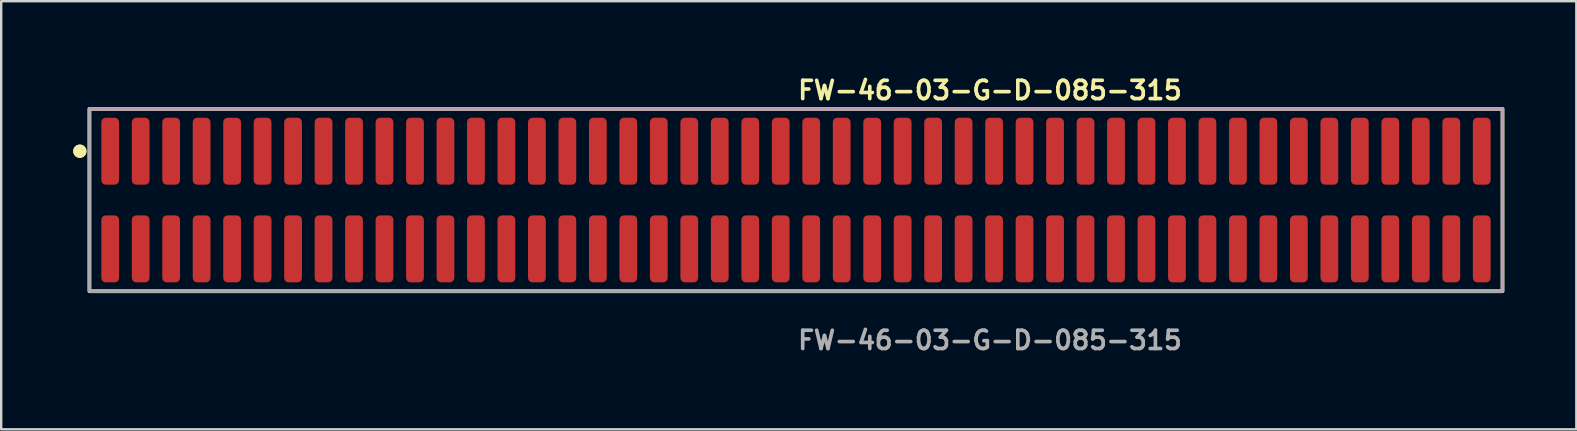
<source format=kicad_pcb>
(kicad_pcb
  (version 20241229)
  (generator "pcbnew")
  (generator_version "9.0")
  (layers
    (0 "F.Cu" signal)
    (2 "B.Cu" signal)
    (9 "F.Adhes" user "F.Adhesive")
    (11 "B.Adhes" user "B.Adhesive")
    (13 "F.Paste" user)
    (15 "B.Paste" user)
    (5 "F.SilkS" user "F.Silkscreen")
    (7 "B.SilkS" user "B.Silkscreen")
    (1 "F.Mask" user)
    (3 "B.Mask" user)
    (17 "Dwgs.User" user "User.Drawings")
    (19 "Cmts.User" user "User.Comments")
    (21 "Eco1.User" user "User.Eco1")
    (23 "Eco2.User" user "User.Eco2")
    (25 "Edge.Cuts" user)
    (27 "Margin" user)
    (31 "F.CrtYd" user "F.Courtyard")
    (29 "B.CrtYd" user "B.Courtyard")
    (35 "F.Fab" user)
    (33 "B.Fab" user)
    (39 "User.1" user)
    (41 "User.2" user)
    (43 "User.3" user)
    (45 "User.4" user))
  (footprint "FW-46-03-G-D-085-315"
    (layer "F.Cu")
    (at 30.116 5.285)
    (property "Reference" "FW-46-03-G-D-085-315" (at 0 -4.572 0) (unlocked yes) (layer "F.SilkS") (effects (font (size 0.762 0.762) (thickness 0.152)) (justify left)))
    (fp_rect (start -29.44 3.8) (end 29.44 -3.8) (stroke (width 0.152) (type solid)) (fill no) (layer "F.SilkS"))
    (fp_circle (center -29.84 -2.035) (end -30.04 -2.035) (stroke (width 0.152) (type solid)) (fill yes) (layer "F.SilkS"))
    (fp_circle (center -29.84 -2.035) (end -30.04 -2.035) (stroke (width 0.152) (type solid)) (fill yes) (layer "F.SilkS"))
    (fp_rect (start -29.44 3.8) (end 29.44 -3.8) (stroke (width 0.006) (type solid)) (fill no) (layer "F.CrtYd"))
    (fp_rect (start -29.44 3.8) (end 29.44 -3.8) (stroke (width 0.152) (type solid)) (fill no) (layer "F.Fab"))
    (fp_text user "${REFERENCE}" (at 0 5.842 0) (unlocked yes) (layer "F.Fab") (effects (font (size 0.762 0.762) (thickness 0.152)) (justify left)))
    (pad "1" smd roundrect (at -28.575 -2.035) (size 0.74 2.79) (layers "F.Cu" "F.Paste") (roundrect_rratio 0.25))
    (pad "2" smd roundrect (at -28.575 2.035) (size 0.74 2.79) (layers "F.Cu" "F.Paste") (roundrect_rratio 0.25))
    (pad "3" smd roundrect (at -27.305 -2.035) (size 0.74 2.79) (layers "F.Cu" "F.Paste") (roundrect_rratio 0.25))
    (pad "4" smd roundrect (at -27.305 2.035) (size 0.74 2.79) (layers "F.Cu" "F.Paste") (roundrect_rratio 0.25))
    (pad "5" smd roundrect (at -26.035 -2.035) (size 0.74 2.79) (layers "F.Cu" "F.Paste") (roundrect_rratio 0.25))
    (pad "6" smd roundrect (at -26.035 2.035) (size 0.74 2.79) (layers "F.Cu" "F.Paste") (roundrect_rratio 0.25))
    (pad "7" smd roundrect (at -24.765 -2.035) (size 0.74 2.79) (layers "F.Cu" "F.Paste") (roundrect_rratio 0.25))
    (pad "8" smd roundrect (at -24.765 2.035) (size 0.74 2.79) (layers "F.Cu" "F.Paste") (roundrect_rratio 0.25))
    (pad "9" smd roundrect (at -23.495 -2.035) (size 0.74 2.79) (layers "F.Cu" "F.Paste") (roundrect_rratio 0.25))
    (pad "10" smd roundrect (at -23.495 2.035) (size 0.74 2.79) (layers "F.Cu" "F.Paste") (roundrect_rratio 0.25))
    (pad "11" smd roundrect (at -22.225 -2.035) (size 0.74 2.79) (layers "F.Cu" "F.Paste") (roundrect_rratio 0.25))
    (pad "12" smd roundrect (at -22.225 2.035) (size 0.74 2.79) (layers "F.Cu" "F.Paste") (roundrect_rratio 0.25))
    (pad "13" smd roundrect (at -20.955 -2.035) (size 0.74 2.79) (layers "F.Cu" "F.Paste") (roundrect_rratio 0.25))
    (pad "14" smd roundrect (at -20.955 2.035) (size 0.74 2.79) (layers "F.Cu" "F.Paste") (roundrect_rratio 0.25))
    (pad "15" smd roundrect (at -19.685 -2.035) (size 0.74 2.79) (layers "F.Cu" "F.Paste") (roundrect_rratio 0.25))
    (pad "16" smd roundrect (at -19.685 2.035) (size 0.74 2.79) (layers "F.Cu" "F.Paste") (roundrect_rratio 0.25))
    (pad "17" smd roundrect (at -18.415 -2.035) (size 0.74 2.79) (layers "F.Cu" "F.Paste") (roundrect_rratio 0.25))
    (pad "18" smd roundrect (at -18.415 2.035) (size 0.74 2.79) (layers "F.Cu" "F.Paste") (roundrect_rratio 0.25))
    (pad "19" smd roundrect (at -17.145 -2.035) (size 0.74 2.79) (layers "F.Cu" "F.Paste") (roundrect_rratio 0.25))
    (pad "20" smd roundrect (at -17.145 2.035) (size 0.74 2.79) (layers "F.Cu" "F.Paste") (roundrect_rratio 0.25))
    (pad "21" smd roundrect (at -15.875 -2.035) (size 0.74 2.79) (layers "F.Cu" "F.Paste") (roundrect_rratio 0.25))
    (pad "22" smd roundrect (at -15.875 2.035) (size 0.74 2.79) (layers "F.Cu" "F.Paste") (roundrect_rratio 0.25))
    (pad "23" smd roundrect (at -14.605 -2.035) (size 0.74 2.79) (layers "F.Cu" "F.Paste") (roundrect_rratio 0.25))
    (pad "24" smd roundrect (at -14.605 2.035) (size 0.74 2.79) (layers "F.Cu" "F.Paste") (roundrect_rratio 0.25))
    (pad "25" smd roundrect (at -13.335 -2.035) (size 0.74 2.79) (layers "F.Cu" "F.Paste") (roundrect_rratio 0.25))
    (pad "26" smd roundrect (at -13.335 2.035) (size 0.74 2.79) (layers "F.Cu" "F.Paste") (roundrect_rratio 0.25))
    (pad "27" smd roundrect (at -12.065 -2.035) (size 0.74 2.79) (layers "F.Cu" "F.Paste") (roundrect_rratio 0.25))
    (pad "28" smd roundrect (at -12.065 2.035) (size 0.74 2.79) (layers "F.Cu" "F.Paste") (roundrect_rratio 0.25))
    (pad "29" smd roundrect (at -10.795 -2.035) (size 0.74 2.79) (layers "F.Cu" "F.Paste") (roundrect_rratio 0.25))
    (pad "30" smd roundrect (at -10.795 2.035) (size 0.74 2.79) (layers "F.Cu" "F.Paste") (roundrect_rratio 0.25))
    (pad "31" smd roundrect (at -9.525 -2.035) (size 0.74 2.79) (layers "F.Cu" "F.Paste") (roundrect_rratio 0.25))
    (pad "32" smd roundrect (at -9.525 2.035) (size 0.74 2.79) (layers "F.Cu" "F.Paste") (roundrect_rratio 0.25))
    (pad "33" smd roundrect (at -8.255 -2.035) (size 0.74 2.79) (layers "F.Cu" "F.Paste") (roundrect_rratio 0.25))
    (pad "34" smd roundrect (at -8.255 2.035) (size 0.74 2.79) (layers "F.Cu" "F.Paste") (roundrect_rratio 0.25))
    (pad "35" smd roundrect (at -6.985 -2.035) (size 0.74 2.79) (layers "F.Cu" "F.Paste") (roundrect_rratio 0.25))
    (pad "36" smd roundrect (at -6.985 2.035) (size 0.74 2.79) (layers "F.Cu" "F.Paste") (roundrect_rratio 0.25))
    (pad "37" smd roundrect (at -5.715 -2.035) (size 0.74 2.79) (layers "F.Cu" "F.Paste") (roundrect_rratio 0.25))
    (pad "38" smd roundrect (at -5.715 2.035) (size 0.74 2.79) (layers "F.Cu" "F.Paste") (roundrect_rratio 0.25))
    (pad "39" smd roundrect (at -4.445 -2.035) (size 0.74 2.79) (layers "F.Cu" "F.Paste") (roundrect_rratio 0.25))
    (pad "40" smd roundrect (at -4.445 2.035) (size 0.74 2.79) (layers "F.Cu" "F.Paste") (roundrect_rratio 0.25))
    (pad "41" smd roundrect (at -3.175 -2.035) (size 0.74 2.79) (layers "F.Cu" "F.Paste") (roundrect_rratio 0.25))
    (pad "42" smd roundrect (at -3.175 2.035) (size 0.74 2.79) (layers "F.Cu" "F.Paste") (roundrect_rratio 0.25))
    (pad "43" smd roundrect (at -1.905 -2.035) (size 0.74 2.79) (layers "F.Cu" "F.Paste") (roundrect_rratio 0.25))
    (pad "44" smd roundrect (at -1.905 2.035) (size 0.74 2.79) (layers "F.Cu" "F.Paste") (roundrect_rratio 0.25))
    (pad "45" smd roundrect (at -0.635 -2.035) (size 0.74 2.79) (layers "F.Cu" "F.Paste") (roundrect_rratio 0.25))
    (pad "46" smd roundrect (at -0.635 2.035) (size 0.74 2.79) (layers "F.Cu" "F.Paste") (roundrect_rratio 0.25))
    (pad "47" smd roundrect (at 0.635 -2.035) (size 0.74 2.79) (layers "F.Cu" "F.Paste") (roundrect_rratio 0.25))
    (pad "48" smd roundrect (at 0.635 2.035) (size 0.74 2.79) (layers "F.Cu" "F.Paste") (roundrect_rratio 0.25))
    (pad "49" smd roundrect (at 1.905 -2.035) (size 0.74 2.79) (layers "F.Cu" "F.Paste") (roundrect_rratio 0.25))
    (pad "50" smd roundrect (at 1.905 2.035) (size 0.74 2.79) (layers "F.Cu" "F.Paste") (roundrect_rratio 0.25))
    (pad "51" smd roundrect (at 3.175 -2.035) (size 0.74 2.79) (layers "F.Cu" "F.Paste") (roundrect_rratio 0.25))
    (pad "52" smd roundrect (at 3.175 2.035) (size 0.74 2.79) (layers "F.Cu" "F.Paste") (roundrect_rratio 0.25))
    (pad "53" smd roundrect (at 4.445 -2.035) (size 0.74 2.79) (layers "F.Cu" "F.Paste") (roundrect_rratio 0.25))
    (pad "54" smd roundrect (at 4.445 2.035) (size 0.74 2.79) (layers "F.Cu" "F.Paste") (roundrect_rratio 0.25))
    (pad "55" smd roundrect (at 5.715 -2.035) (size 0.74 2.79) (layers "F.Cu" "F.Paste") (roundrect_rratio 0.25))
    (pad "56" smd roundrect (at 5.715 2.035) (size 0.74 2.79) (layers "F.Cu" "F.Paste") (roundrect_rratio 0.25))
    (pad "57" smd roundrect (at 6.985 -2.035) (size 0.74 2.79) (layers "F.Cu" "F.Paste") (roundrect_rratio 0.25))
    (pad "58" smd roundrect (at 6.985 2.035) (size 0.74 2.79) (layers "F.Cu" "F.Paste") (roundrect_rratio 0.25))
    (pad "59" smd roundrect (at 8.255 -2.035) (size 0.74 2.79) (layers "F.Cu" "F.Paste") (roundrect_rratio 0.25))
    (pad "60" smd roundrect (at 8.255 2.035) (size 0.74 2.79) (layers "F.Cu" "F.Paste") (roundrect_rratio 0.25))
    (pad "61" smd roundrect (at 9.525 -2.035) (size 0.74 2.79) (layers "F.Cu" "F.Paste") (roundrect_rratio 0.25))
    (pad "62" smd roundrect (at 9.525 2.035) (size 0.74 2.79) (layers "F.Cu" "F.Paste") (roundrect_rratio 0.25))
    (pad "63" smd roundrect (at 10.795 -2.035) (size 0.74 2.79) (layers "F.Cu" "F.Paste") (roundrect_rratio 0.25))
    (pad "64" smd roundrect (at 10.795 2.035) (size 0.74 2.79) (layers "F.Cu" "F.Paste") (roundrect_rratio 0.25))
    (pad "65" smd roundrect (at 12.065 -2.035) (size 0.74 2.79) (layers "F.Cu" "F.Paste") (roundrect_rratio 0.25))
    (pad "66" smd roundrect (at 12.065 2.035) (size 0.74 2.79) (layers "F.Cu" "F.Paste") (roundrect_rratio 0.25))
    (pad "67" smd roundrect (at 13.335 -2.035) (size 0.74 2.79) (layers "F.Cu" "F.Paste") (roundrect_rratio 0.25))
    (pad "68" smd roundrect (at 13.335 2.035) (size 0.74 2.79) (layers "F.Cu" "F.Paste") (roundrect_rratio 0.25))
    (pad "69" smd roundrect (at 14.605 -2.035) (size 0.74 2.79) (layers "F.Cu" "F.Paste") (roundrect_rratio 0.25))
    (pad "70" smd roundrect (at 14.605 2.035) (size 0.74 2.79) (layers "F.Cu" "F.Paste") (roundrect_rratio 0.25))
    (pad "71" smd roundrect (at 15.875 -2.035) (size 0.74 2.79) (layers "F.Cu" "F.Paste") (roundrect_rratio 0.25))
    (pad "72" smd roundrect (at 15.875 2.035) (size 0.74 2.79) (layers "F.Cu" "F.Paste") (roundrect_rratio 0.25))
    (pad "73" smd roundrect (at 17.145 -2.035) (size 0.74 2.79) (layers "F.Cu" "F.Paste") (roundrect_rratio 0.25))
    (pad "74" smd roundrect (at 17.145 2.035) (size 0.74 2.79) (layers "F.Cu" "F.Paste") (roundrect_rratio 0.25))
    (pad "75" smd roundrect (at 18.415 -2.035) (size 0.74 2.79) (layers "F.Cu" "F.Paste") (roundrect_rratio 0.25))
    (pad "76" smd roundrect (at 18.415 2.035) (size 0.74 2.79) (layers "F.Cu" "F.Paste") (roundrect_rratio 0.25))
    (pad "77" smd roundrect (at 19.685 -2.035) (size 0.74 2.79) (layers "F.Cu" "F.Paste") (roundrect_rratio 0.25))
    (pad "78" smd roundrect (at 19.685 2.035) (size 0.74 2.79) (layers "F.Cu" "F.Paste") (roundrect_rratio 0.25))
    (pad "79" smd roundrect (at 20.955 -2.035) (size 0.74 2.79) (layers "F.Cu" "F.Paste") (roundrect_rratio 0.25))
    (pad "80" smd roundrect (at 20.955 2.035) (size 0.74 2.79) (layers "F.Cu" "F.Paste") (roundrect_rratio 0.25))
    (pad "81" smd roundrect (at 22.225 -2.035) (size 0.74 2.79) (layers "F.Cu" "F.Paste") (roundrect_rratio 0.25))
    (pad "82" smd roundrect (at 22.225 2.035) (size 0.74 2.79) (layers "F.Cu" "F.Paste") (roundrect_rratio 0.25))
    (pad "83" smd roundrect (at 23.495 -2.035) (size 0.74 2.79) (layers "F.Cu" "F.Paste") (roundrect_rratio 0.25))
    (pad "84" smd roundrect (at 23.495 2.035) (size 0.74 2.79) (layers "F.Cu" "F.Paste") (roundrect_rratio 0.25))
    (pad "85" smd roundrect (at 24.765 -2.035) (size 0.74 2.79) (layers "F.Cu" "F.Paste") (roundrect_rratio 0.25))
    (pad "86" smd roundrect (at 24.765 2.035) (size 0.74 2.79) (layers "F.Cu" "F.Paste") (roundrect_rratio 0.25))
    (pad "87" smd roundrect (at 26.035 -2.035) (size 0.74 2.79) (layers "F.Cu" "F.Paste") (roundrect_rratio 0.25))
    (pad "88" smd roundrect (at 26.035 2.035) (size 0.74 2.79) (layers "F.Cu" "F.Paste") (roundrect_rratio 0.25))
    (pad "89" smd roundrect (at 27.305 -2.035) (size 0.74 2.79) (layers "F.Cu" "F.Paste") (roundrect_rratio 0.25))
    (pad "90" smd roundrect (at 27.305 2.035) (size 0.74 2.79) (layers "F.Cu" "F.Paste") (roundrect_rratio 0.25))
    (pad "91" smd roundrect (at 28.575 -2.035) (size 0.74 2.79) (layers "F.Cu" "F.Paste") (roundrect_rratio 0.25))
    (pad "92" smd roundrect (at 28.575 2.035) (size 0.74 2.79) (layers "F.Cu" "F.Paste") (roundrect_rratio 0.25)))
  (gr_rect
    (start -3 -3)
    (end 62.632 14.84)
    (stroke (width 0.1) (type default))
    (fill no)
    (layer "Edge.Cuts")))
</source>
